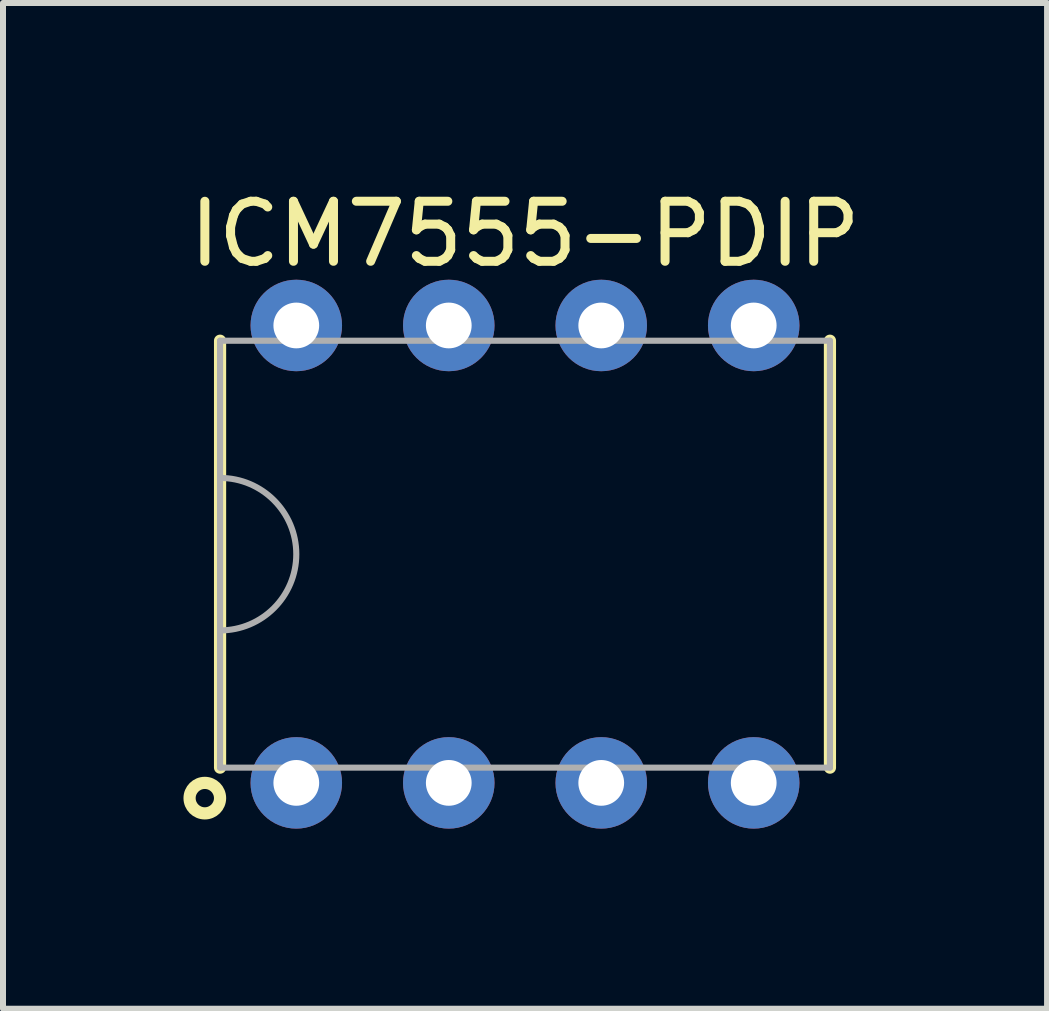
<source format=kicad_pcb>
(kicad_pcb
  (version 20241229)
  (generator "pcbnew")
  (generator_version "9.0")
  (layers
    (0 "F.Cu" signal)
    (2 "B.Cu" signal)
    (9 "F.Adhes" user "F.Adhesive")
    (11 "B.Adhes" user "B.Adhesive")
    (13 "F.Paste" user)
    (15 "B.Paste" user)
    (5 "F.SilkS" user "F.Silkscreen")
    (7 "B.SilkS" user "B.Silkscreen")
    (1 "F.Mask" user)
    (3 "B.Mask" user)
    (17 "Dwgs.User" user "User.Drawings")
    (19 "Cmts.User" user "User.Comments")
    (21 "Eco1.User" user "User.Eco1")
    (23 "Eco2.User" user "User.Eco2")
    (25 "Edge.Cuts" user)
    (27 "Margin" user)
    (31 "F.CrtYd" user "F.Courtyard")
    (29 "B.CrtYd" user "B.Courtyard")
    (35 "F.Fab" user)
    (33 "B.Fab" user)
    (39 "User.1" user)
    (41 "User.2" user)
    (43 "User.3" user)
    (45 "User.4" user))
  (footprint "ICM7555-PDIP"
    (layer "F.Cu")
    (at 5.696 6.182)
    (property "Reference" "ICM7555-PDIP" (at 0 -5.334 0) (layer "F.SilkS") (effects (font (size 1 1) (thickness 0.15))))
    (attr through_hole)
    (fp_line (start -5.08 -3.556) (end -5.08 3.556) (stroke (width 0.203) (type solid)) (layer "F.SilkS"))
    (fp_line (start 5.08 -3.556) (end 5.08 3.556) (stroke (width 0.203) (type solid)) (layer "F.SilkS"))
    (fp_circle (center -5.334 4.064) (end -5.588 4.064) (stroke (width 0.203) (type solid)) (fill no) (layer "F.SilkS"))
    (fp_line (start -5.08 -3.556) (end -5.08 3.556) (stroke (width 0.102) (type solid)) (layer "F.Fab"))
    (fp_line (start -5.08 -3.556) (end 5.08 -3.556) (stroke (width 0.102) (type solid)) (layer "F.Fab"))
    (fp_line (start -5.08 3.556) (end 5.08 3.556) (stroke (width 0.102) (type solid)) (layer "F.Fab"))
    (fp_line (start 5.08 -3.556) (end 5.08 3.556) (stroke (width 0.102) (type solid)) (layer "F.Fab"))
    (fp_arc (start -5.08 -1.27) (mid -3.81 0) (end -5.08 1.27) (stroke (width 0.1016) (type solid)) (layer "F.Fab"))
    (pad "1" thru_hole circle (at -3.81 3.81) (size 1.524 1.524) (drill 0.762) (layers "*.Cu" "*.Mask"))
    (pad "2" thru_hole circle (at -1.27 3.81) (size 1.524 1.524) (drill 0.762) (layers "*.Cu" "*.Mask"))
    (pad "3" thru_hole circle (at 1.27 3.81) (size 1.524 1.524) (drill 0.762) (layers "*.Cu" "*.Mask"))
    (pad "4" thru_hole circle (at 3.81 3.81) (size 1.524 1.524) (drill 0.762) (layers "*.Cu" "*.Mask"))
    (pad "5" thru_hole circle (at 3.81 -3.81) (size 1.524 1.524) (drill 0.762) (layers "*.Cu" "*.Mask"))
    (pad "6" thru_hole circle (at 1.27 -3.81) (size 1.524 1.524) (drill 0.762) (layers "*.Cu" "*.Mask"))
    (pad "7" thru_hole circle (at -1.27 -3.81) (size 1.524 1.524) (drill 0.762) (layers "*.Cu" "*.Mask"))
    (pad "8" thru_hole circle (at -3.81 -3.81) (size 1.524 1.524) (drill 0.762) (layers "*.Cu" "*.Mask")))
  (gr_rect
    (start -3 -3)
    (end 14.393 13.754)
    (stroke (width 0.1) (type default))
    (fill no)
    (layer "Edge.Cuts")))
</source>
